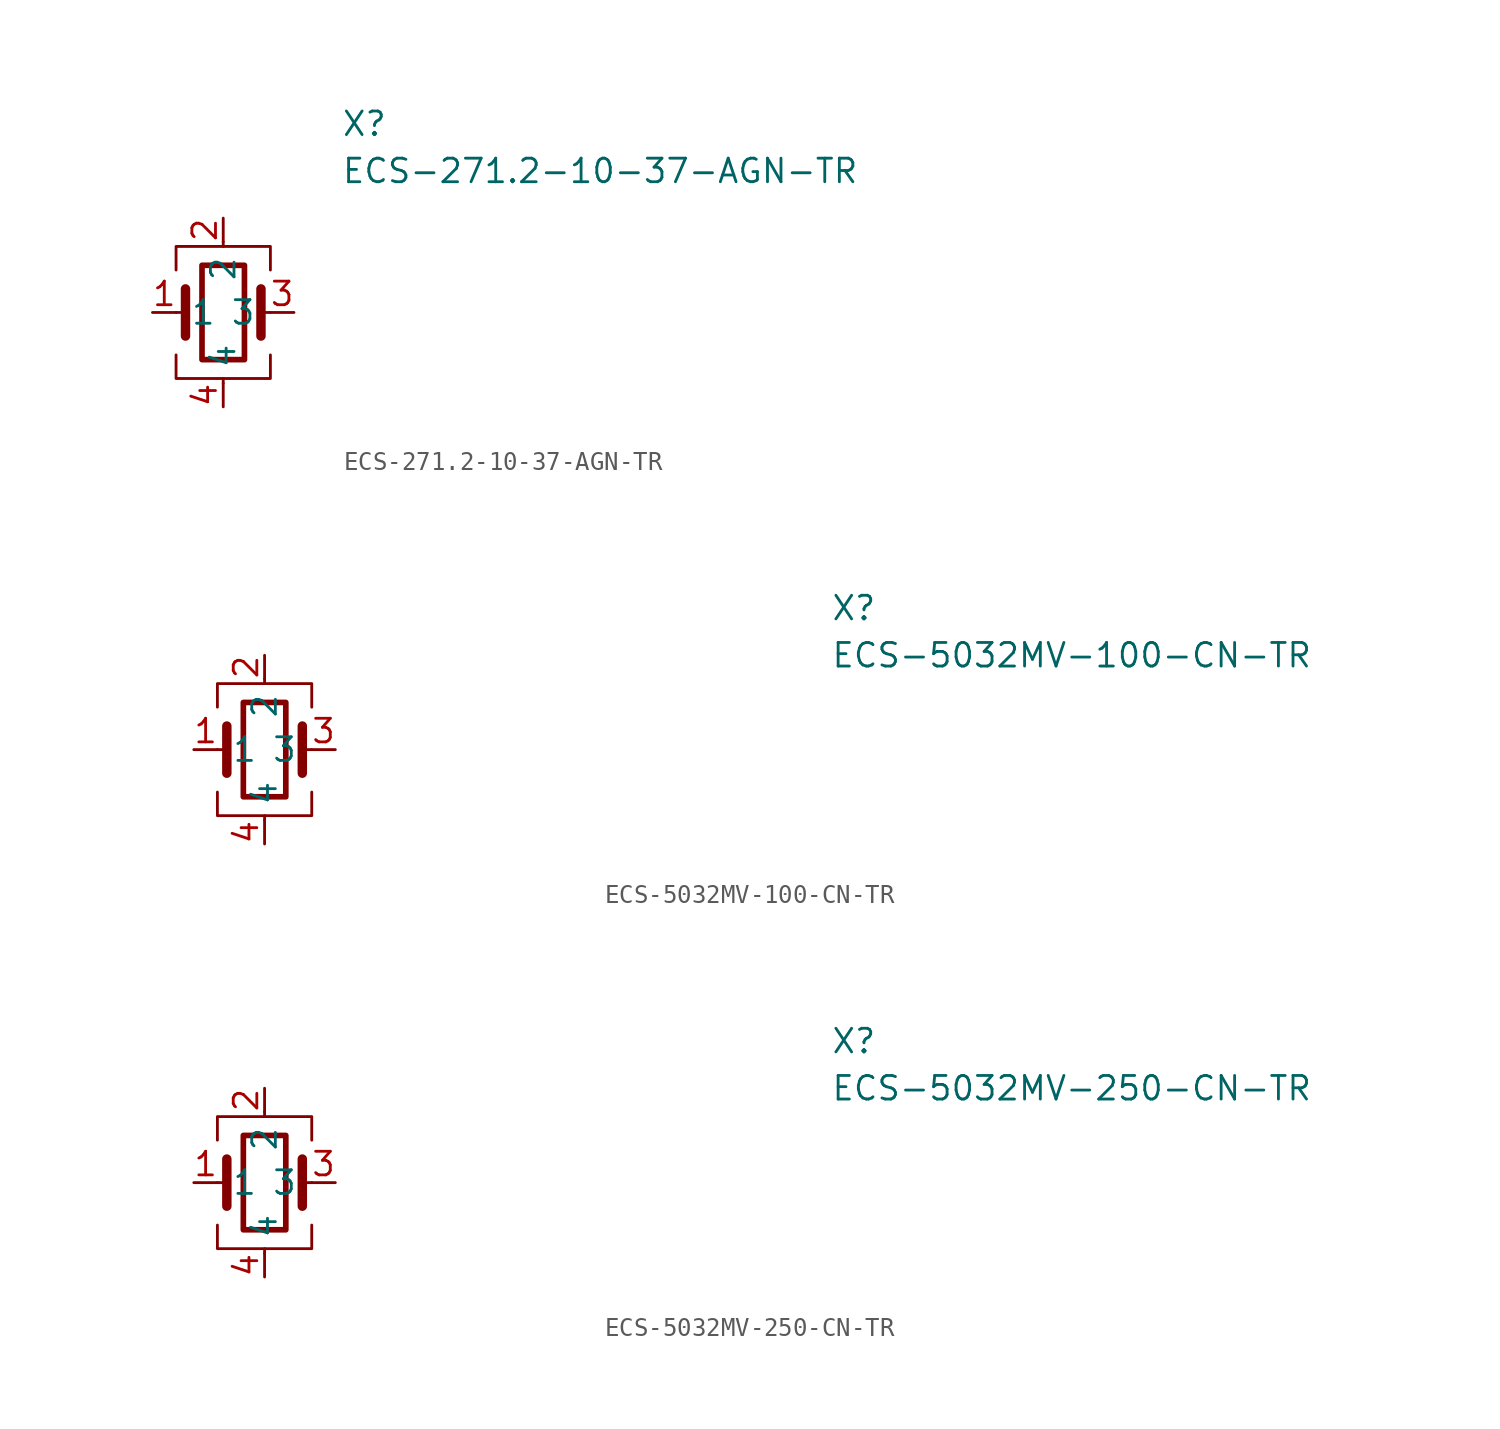
<source format=kicad_sym>
(kicad_symbol_lib
  (version 20211014)
  (generator kicad_symbol_editor)
  (symbol "ECS-271.2-10-37-AGN-TR"
    (pin_names
      (offset 0.762))
    (property "Reference" "X"
      (at 10.16 10.16 0)
      (effects (font (size 1.27 1.27)) (justify left)))
    (property "Value" "ECS-271.2-10-37-AGN-TR"
      (at 10.16 7.62 0)
      (effects (font (size 1.27 1.27)) (justify left)))
    (symbol "ECS-271.2-10-37-AGN-TR_1_1"
      (polyline (pts (xy 1.27 0) (xy 1.778 0)) (stroke (width 0) (type default) (color 0 0 0 0)) (fill (type none)))
      (polyline (pts (xy 1.778 -1.27) (xy 1.778 1.27)) (stroke (width 0.508) (type default) (color 0 0 0 0)) (fill (type none)))
      (polyline (pts (xy 3.81 -3.81) (xy 3.81 -3.556)) (stroke (width 0) (type default) (color 0 0 0 0)) (fill (type none)))
      (polyline (pts (xy 3.81 3.556) (xy 3.81 3.81)) (stroke (width 0) (type default) (color 0 0 0 0)) (fill (type none)))
      (polyline (pts (xy 5.842 -1.27) (xy 5.842 1.27)) (stroke (width 0.508) (type default) (color 0 0 0 0)) (fill (type none)))
      (polyline (pts (xy 5.842 0) (xy 6.35 0)) (stroke (width 0) (type default) (color 0 0 0 0)) (fill (type none)))
      (polyline (pts (xy 1.27 -2.286) (xy 1.27 -3.556) (xy 6.35 -3.556) (xy 6.35 -2.286)) (stroke (width 0) (type default) (color 0 0 0 0)) (fill (type none)))
      (polyline (pts (xy 1.27 2.286) (xy 1.27 3.556) (xy 6.35 3.556) (xy 6.35 2.286)) (stroke (width 0) (type default) (color 0 0 0 0)) (fill (type none)))
      (rectangle (start 2.667 2.54) (end 4.953 -2.54) (stroke (width 0.305) (type default) (color 0 0 0 0)) (fill (type none)))
      (pin passive line (at 0 0 0) (length 1.27) (name "1" (effects (font (size 1.27 1.27)))) (number "1" (effects (font (size 1.27 1.27)))))
      (pin passive line (at 3.81 5.08 270) (length 1.27) (name "2" (effects (font (size 1.27 1.27)))) (number "2" (effects (font (size 1.27 1.27)))))
      (pin passive line (at 7.62 0 180) (length 1.27) (name "3" (effects (font (size 1.27 1.27)))) (number "3" (effects (font (size 1.27 1.27)))))
      (pin passive line (at 3.81 -5.08 90) (length 1.27) (name "4" (effects (font (size 1.27 1.27)))) (number "4" (effects (font (size 1.27 1.27)))))))
  (symbol "ECS-5032MV-100-CN-TR"
    (pin_names
      (offset 0.762))
    (property "Reference" "X"
      (at 34.29 7.62 0)
      (effects (font (size 1.27 1.27)) (justify left)))
    (property "Value" "ECS-5032MV-100-CN-TR"
      (at 34.29 5.08 0)
      (effects (font (size 1.27 1.27)) (justify left)))
    (symbol "ECS-5032MV-100-CN-TR_1_1"
      (polyline (pts (xy 1.27 0) (xy 1.778 0)) (stroke (width 0) (type default) (color 0 0 0 0)) (fill (type none)))
      (polyline (pts (xy 1.778 -1.27) (xy 1.778 1.27)) (stroke (width 0.508) (type default) (color 0 0 0 0)) (fill (type none)))
      (polyline (pts (xy 3.81 -3.81) (xy 3.81 -3.556)) (stroke (width 0) (type default) (color 0 0 0 0)) (fill (type none)))
      (polyline (pts (xy 3.81 3.556) (xy 3.81 3.81)) (stroke (width 0) (type default) (color 0 0 0 0)) (fill (type none)))
      (polyline (pts (xy 5.842 -1.27) (xy 5.842 1.27)) (stroke (width 0.508) (type default) (color 0 0 0 0)) (fill (type none)))
      (polyline (pts (xy 5.842 0) (xy 6.35 0)) (stroke (width 0) (type default) (color 0 0 0 0)) (fill (type none)))
      (polyline (pts (xy 1.27 -2.286) (xy 1.27 -3.556) (xy 6.35 -3.556) (xy 6.35 -2.286)) (stroke (width 0) (type default) (color 0 0 0 0)) (fill (type none)))
      (polyline (pts (xy 1.27 2.286) (xy 1.27 3.556) (xy 6.35 3.556) (xy 6.35 2.286)) (stroke (width 0) (type default) (color 0 0 0 0)) (fill (type none)))
      (rectangle (start 2.667 2.54) (end 4.953 -2.54) (stroke (width 0.305) (type default) (color 0 0 0 0)) (fill (type none)))
      (pin passive line (at 0 0 0) (length 1.27) (name "1" (effects (font (size 1.27 1.27)))) (number "1" (effects (font (size 1.27 1.27)))))
      (pin passive line (at 3.81 5.08 270) (length 1.27) (name "2" (effects (font (size 1.27 1.27)))) (number "2" (effects (font (size 1.27 1.27)))))
      (pin passive line (at 7.62 0 180) (length 1.27) (name "3" (effects (font (size 1.27 1.27)))) (number "3" (effects (font (size 1.27 1.27)))))
      (pin passive line (at 3.81 -5.08 90) (length 1.27) (name "4" (effects (font (size 1.27 1.27)))) (number "4" (effects (font (size 1.27 1.27)))))))
  (symbol "ECS-5032MV-250-CN-TR"
    (pin_names
      (offset 0.762))
    (property "Reference" "X"
      (at 34.29 7.62 0)
      (effects (font (size 1.27 1.27)) (justify left)))
    (property "Value" "ECS-5032MV-250-CN-TR"
      (at 34.29 5.08 0)
      (effects (font (size 1.27 1.27)) (justify left)))
    (symbol "ECS-5032MV-250-CN-TR_1_1"
      (polyline (pts (xy 1.27 0) (xy 1.778 0)) (stroke (width 0) (type default) (color 0 0 0 0)) (fill (type none)))
      (polyline (pts (xy 1.778 -1.27) (xy 1.778 1.27)) (stroke (width 0.508) (type default) (color 0 0 0 0)) (fill (type none)))
      (polyline (pts (xy 3.81 -3.81) (xy 3.81 -3.556)) (stroke (width 0) (type default) (color 0 0 0 0)) (fill (type none)))
      (polyline (pts (xy 3.81 3.556) (xy 3.81 3.81)) (stroke (width 0) (type default) (color 0 0 0 0)) (fill (type none)))
      (polyline (pts (xy 5.842 -1.27) (xy 5.842 1.27)) (stroke (width 0.508) (type default) (color 0 0 0 0)) (fill (type none)))
      (polyline (pts (xy 5.842 0) (xy 6.35 0)) (stroke (width 0) (type default) (color 0 0 0 0)) (fill (type none)))
      (polyline (pts (xy 1.27 -2.286) (xy 1.27 -3.556) (xy 6.35 -3.556) (xy 6.35 -2.286)) (stroke (width 0) (type default) (color 0 0 0 0)) (fill (type none)))
      (polyline (pts (xy 1.27 2.286) (xy 1.27 3.556) (xy 6.35 3.556) (xy 6.35 2.286)) (stroke (width 0) (type default) (color 0 0 0 0)) (fill (type none)))
      (rectangle (start 2.667 2.54) (end 4.953 -2.54) (stroke (width 0.305) (type default) (color 0 0 0 0)) (fill (type none)))
      (pin passive line (at 0 0 0) (length 1.27) (name "1" (effects (font (size 1.27 1.27)))) (number "1" (effects (font (size 1.27 1.27)))))
      (pin passive line (at 3.81 5.08 270) (length 1.27) (name "2" (effects (font (size 1.27 1.27)))) (number "2" (effects (font (size 1.27 1.27)))))
      (pin passive line (at 7.62 0 180) (length 1.27) (name "3" (effects (font (size 1.27 1.27)))) (number "3" (effects (font (size 1.27 1.27)))))
      (pin passive line (at 3.81 -5.08 90) (length 1.27) (name "4" (effects (font (size 1.27 1.27)))) (number "4" (effects (font (size 1.27 1.27))))))))
</source>
